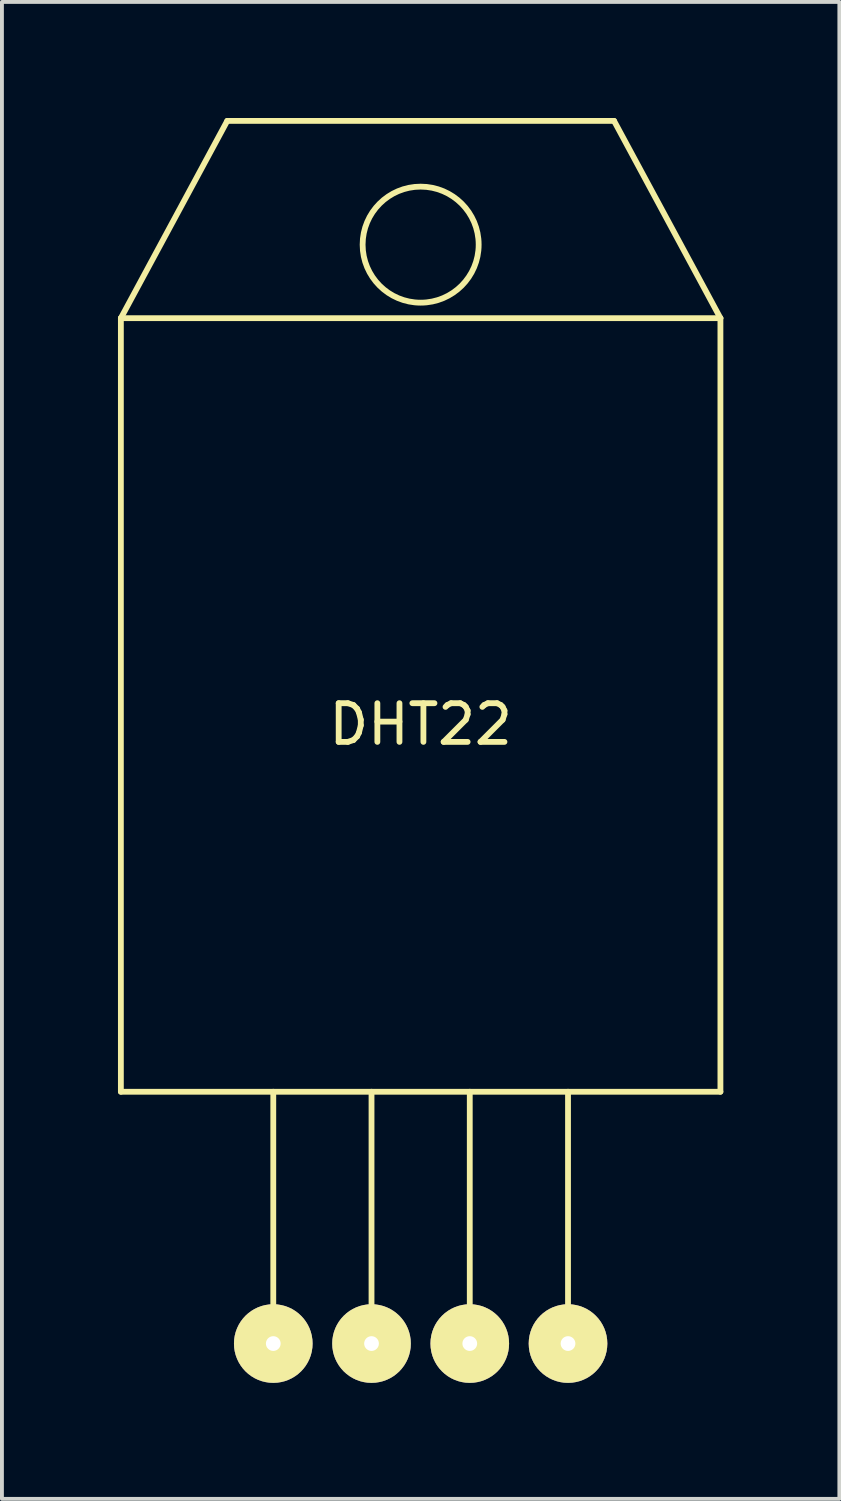
<source format=kicad_pcb>
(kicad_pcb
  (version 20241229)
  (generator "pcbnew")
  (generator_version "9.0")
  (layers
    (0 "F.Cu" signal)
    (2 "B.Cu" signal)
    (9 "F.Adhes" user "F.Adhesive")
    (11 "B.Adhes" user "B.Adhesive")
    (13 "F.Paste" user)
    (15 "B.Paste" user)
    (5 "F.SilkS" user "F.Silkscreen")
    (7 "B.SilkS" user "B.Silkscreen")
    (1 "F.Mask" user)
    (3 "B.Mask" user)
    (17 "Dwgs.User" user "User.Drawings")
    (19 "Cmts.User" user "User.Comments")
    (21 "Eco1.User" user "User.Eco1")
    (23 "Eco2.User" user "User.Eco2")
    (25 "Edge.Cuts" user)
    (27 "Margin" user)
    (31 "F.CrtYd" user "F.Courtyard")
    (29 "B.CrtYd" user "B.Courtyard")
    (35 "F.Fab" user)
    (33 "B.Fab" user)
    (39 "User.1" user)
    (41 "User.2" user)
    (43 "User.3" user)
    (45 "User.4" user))
  (footprint "DHT22"
    (layer "F.Cu")
    (at 7.825 15.175)
    (property "Reference" "DHT22" (at 0 0.5 0) (layer "F.SilkS") (effects (font (size 1 1) (thickness 0.15))))
    (attr through_hole)
    (fp_line (start -7.75 -10) (end 7.75 -10) (stroke (width 0.15) (type solid)) (layer "F.SilkS"))
    (fp_line (start -7.75 10) (end -7.75 -10) (stroke (width 0.15) (type solid)) (layer "F.SilkS"))
    (fp_line (start -5 -15.1) (end -7.75 -10) (stroke (width 0.15) (type solid)) (layer "F.SilkS"))
    (fp_line (start -3.81 16.51) (end -3.81 10) (stroke (width 0.15) (type solid)) (layer "F.SilkS"))
    (fp_line (start -1.27 16.51) (end -1.27 10) (stroke (width 0.15) (type solid)) (layer "F.SilkS"))
    (fp_line (start 1.27 16.51) (end 1.27 10) (stroke (width 0.15) (type solid)) (layer "F.SilkS"))
    (fp_line (start 3.81 16.51) (end 3.81 10) (stroke (width 0.15) (type solid)) (layer "F.SilkS"))
    (fp_line (start 5 -15.1) (end -5 -15.1) (stroke (width 0.15) (type solid)) (layer "F.SilkS"))
    (fp_line (start 5 -15.1) (end 7.75 -10) (stroke (width 0.15) (type solid)) (layer "F.SilkS"))
    (fp_line (start 7.75 -10) (end 7.75 10) (stroke (width 0.15) (type solid)) (layer "F.SilkS"))
    (fp_line (start 7.75 10) (end -7.75 10) (stroke (width 0.15) (type solid)) (layer "F.SilkS"))
    (fp_circle (center 0 -11.9) (end 1.5 -11.9) (stroke (width 0.15) (type solid)) (fill no) (layer "F.SilkS"))
    (pad "1" thru_hole circle (at -3.81 16.51) (size 2.032 2.032) (drill 0.381) (layers "*.Cu" "*.Mask" "F.SilkS"))
    (pad "2" thru_hole circle (at -1.27 16.51) (size 2.032 2.032) (drill 0.381) (layers "*.Cu" "*.Mask" "F.SilkS"))
    (pad "3" thru_hole circle (at 1.27 16.51) (size 2.032 2.032) (drill 0.381) (layers "*.Cu" "*.Mask" "F.SilkS"))
    (pad "4" thru_hole circle (at 3.81 16.51) (size 2.032 2.032) (drill 0.381) (layers "*.Cu" "*.Mask" "F.SilkS")))
  (gr_rect
    (start -3 -3)
    (end 18.65 35.701)
    (stroke (width 0.1) (type default))
    (fill no)
    (layer "Edge.Cuts")))
</source>
